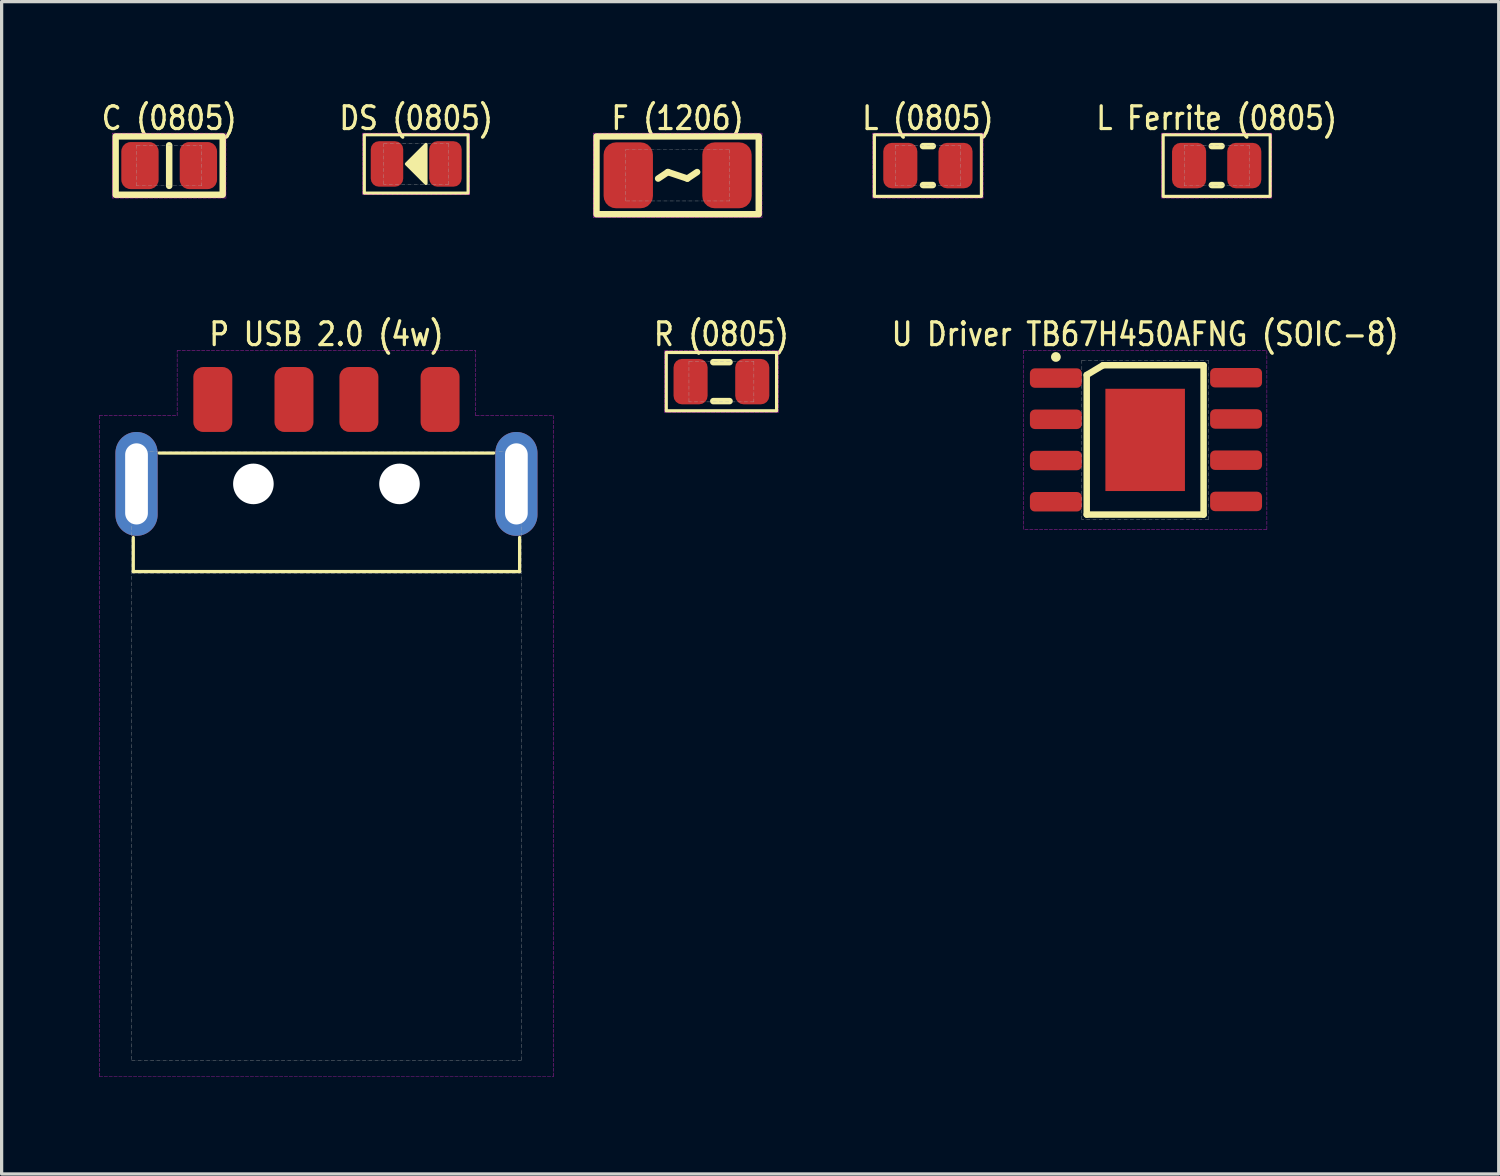
<source format=kicad_pcb>
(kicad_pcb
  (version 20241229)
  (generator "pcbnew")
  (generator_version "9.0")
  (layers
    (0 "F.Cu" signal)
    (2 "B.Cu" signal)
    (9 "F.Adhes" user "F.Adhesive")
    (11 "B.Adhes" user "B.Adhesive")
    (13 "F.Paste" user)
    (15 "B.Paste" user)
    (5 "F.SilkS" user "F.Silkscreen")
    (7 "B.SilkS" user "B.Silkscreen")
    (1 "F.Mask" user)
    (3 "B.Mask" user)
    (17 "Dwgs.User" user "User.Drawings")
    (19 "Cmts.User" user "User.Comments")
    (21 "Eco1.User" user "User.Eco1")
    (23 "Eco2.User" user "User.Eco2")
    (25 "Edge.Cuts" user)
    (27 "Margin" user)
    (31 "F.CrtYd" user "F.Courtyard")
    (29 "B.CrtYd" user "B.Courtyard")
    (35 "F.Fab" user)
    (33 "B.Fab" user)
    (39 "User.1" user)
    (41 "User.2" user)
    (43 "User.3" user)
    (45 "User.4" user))
  (footprint "F (1206)"
    (layer "F.Cu")
    (at 17.822 2.35)
    (property "Reference" "F (1206)" (at 0 -1.35 0) (unlocked yes) (layer "F.SilkS") (effects (font (size 0.7 0.6) (thickness 0.1)) (justify bottom)))
    (attr smd)
    (fp_line (start -0.6 0.1) (end -0.3 -0.1) (stroke (width 0.2) (type default)) (layer "F.SilkS"))
    (fp_line (start -0.3 -0.1) (end 0.3 0.1) (stroke (width 0.2) (type default)) (layer "F.SilkS"))
    (fp_line (start 0.3 0.1) (end 0.6 -0.1) (stroke (width 0.2) (type default)) (layer "F.SilkS"))
    (fp_rect (start -2.5 -1.2) (end 2.5 1.2) (stroke (width 0.2) (type default)) (fill no) (layer "F.SilkS"))
    (fp_rect (start -2.6 -1.3) (end 2.6 1.3) (stroke (width 0.01) (type dash)) (fill no) (layer "F.CrtYd"))
    (fp_rect (start -1.6 -0.79) (end 1.6 0.79) (stroke (width 0.01) (type dash_dot)) (fill no) (layer "F.Fab"))
    (pad "1" smd roundrect (at -1.52 0) (size 1.52 2.03) (layers "F.Cu" "F.Mask" "F.Paste") (roundrect_rratio 0.25))
    (pad "2" smd roundrect (at 1.52 0) (size 1.52 2.03) (layers "F.Cu" "F.Mask" "F.Paste") (roundrect_rratio 0.25)))
  (footprint "P USB 2.0 (4w)"
    (layer "F.Cu")
    (at 7.005 11.855)
    (property "Reference" "P USB 2.0 (4w)" (at 0 -4.2 0) (unlocked yes) (layer "F.SilkS") (effects (font (size 0.7 0.6) (thickness 0.1)) (justify bottom)))
    (attr smd)
    (fp_line (start -5.95 1.65) (end -5.95 2.7) (stroke (width 0.1) (type default)) (layer "F.SilkS"))
    (fp_line (start -5.95 2.7) (end 5.95 2.7) (stroke (width 0.1) (type default)) (layer "F.SilkS"))
    (fp_line (start -5.15 -0.95) (end 5.15 -0.95) (stroke (width 0.1) (type default)) (layer "F.SilkS"))
    (fp_line (start 5.95 1.65) (end 5.95 2.7) (stroke (width 0.1) (type default)) (layer "F.SilkS"))
    (fp_line (start -7 -2.1) (end -4.6 -2.1) (stroke (width 0.01) (type dash)) (layer "F.CrtYd"))
    (fp_line (start -7 18.25) (end -7 -2.1) (stroke (width 0.01) (type dash)) (layer "F.CrtYd"))
    (fp_line (start -7 18.25) (end 7 18.25) (stroke (width 0.01) (type dash)) (layer "F.CrtYd"))
    (fp_line (start -4.6 -4.1) (end 4.6 -4.1) (stroke (width 0.01) (type dash)) (layer "F.CrtYd"))
    (fp_line (start -4.6 -2.1) (end -4.6 -4.1) (stroke (width 0.01) (type dash)) (layer "F.CrtYd"))
    (fp_line (start 4.6 -2.1) (end 4.6 -4.1) (stroke (width 0.01) (type dash)) (layer "F.CrtYd"))
    (fp_line (start 4.6 -2.1) (end 7 -2.1) (stroke (width 0.01) (type dash)) (layer "F.CrtYd"))
    (fp_line (start 7 18.25) (end 7 -2.1) (stroke (width 0.01) (type dash)) (layer "F.CrtYd"))
    (fp_line (start -6 2.75) (end 6 2.75) (stroke (width 0.01) (type dash_dot)) (layer "F.Fab"))
    (fp_rect (start -6 17.75) (end 6 -1) (stroke (width 0.01) (type dash_dot)) (fill no) (layer "F.Fab"))
    (fp_text user "GND" (at -3.5 -1.5 0) (unlocked yes) (layer "User.7") (effects (font (size 0.13 0.07) (thickness 0.014) (bold yes)) (justify top)))
    (fp_text user "D-" (at 1 -1.5 0) (unlocked yes) (layer "User.7") (effects (font (size 0.13 0.07) (thickness 0.01)) (justify top)))
    (fp_text user "D+" (at -1 -1.5 0) (unlocked yes) (layer "User.7") (effects (font (size 0.13 0.07) (thickness 0.01)) (justify top)))
    (fp_text user "Vbus" (at 3.5 -1.5 0) (unlocked yes) (layer "User.7") (effects (font (size 0.13 0.07) (thickness 0.014) (bold yes)) (justify top)))
    (pad "" np_thru_hole circle (at -2.25 0) (size 1.25 1.25) (drill 1.25) (layers "*.Cu" "*.Mask"))
    (pad "" np_thru_hole circle (at 2.25 0) (size 1.25 1.25) (drill 1.25) (layers "*.Cu" "*.Mask"))
    (pad "1" smd roundrect (at 3.5 -2.6) (size 1.2 2) (layers "F.Cu" "F.Mask" "F.Paste") (roundrect_rratio 0.25))
    (pad "2" smd roundrect (at 1 -2.6) (size 1.2 2) (layers "F.Cu" "F.Mask" "F.Paste") (roundrect_rratio 0.25))
    (pad "3" smd roundrect (at -1 -2.6) (size 1.2 2) (layers "F.Cu" "F.Mask" "F.Paste") (roundrect_rratio 0.25))
    (pad "4" smd roundrect (at -3.5 -2.6) (size 1.2 2) (layers "F.Cu" "F.Mask" "F.Paste") (roundrect_rratio 0.25))
    (pad "5" thru_hole oval (at -5.85 0) (size 1.3 3.2) (drill oval 0.7 2.5) (layers "*.Cu" "*.Mask"))
    (pad "5" thru_hole oval (at 5.85 0) (size 1.3 3.2) (drill oval 0.7 2.5) (layers "*.Cu" "*.Mask")))
  (footprint "U Driver TB67H450AFNG (SOIC-8)"
    (layer "F.Cu")
    (at 32.223 10.5)
    (property "Reference" "U Driver TB67H450AFNG (SOIC-8)" (at 0 -2.845 0) (unlocked yes) (layer "F.SilkS") (effects (font (size 0.7 0.6) (thickness 0.1)) (justify bottom)))
    (attr smd)
    (fp_line (start -1.8 -2) (end -1.3 -2.3) (stroke (width 0.2) (type default)) (layer "F.SilkS"))
    (fp_line (start -1.8 2.3) (end -1.8 -2) (stroke (width 0.2) (type default)) (layer "F.SilkS"))
    (fp_line (start -1.3 -2.3) (end 1.8 -2.3) (stroke (width 0.2) (type default)) (layer "F.SilkS"))
    (fp_line (start 1.8 -2.3) (end 1.8 2.3) (stroke (width 0.2) (type default)) (layer "F.SilkS"))
    (fp_line (start 1.8 2.3) (end -1.8 2.3) (stroke (width 0.2) (type default)) (layer "F.SilkS"))
    (fp_circle (center -2.75 -2.555) (end -2.65 -2.555) (stroke (width 0.1) (type solid)) (fill yes) (layer "F.SilkS"))
    (fp_rect (start -3.75 -2.75) (end 3.75 2.75) (stroke (width 0.01) (type dash)) (fill no) (layer "F.CrtYd"))
    (fp_rect (start -1.95 -2.45) (end 1.95 2.45) (stroke (width 0.01) (type dash_dot)) (fill no) (layer "F.Fab"))
    (fp_text user "OUT1" (at 1.6 0.635 0) (unlocked yes) (layer "User.7") (effects (font (size 0.13 0.07) (thickness 0.01)) (justify right)))
    (fp_text user "Vref" (at -1.6 1.905 0) (unlocked yes) (layer "User.7") (effects (font (size 0.13 0.07) (thickness 0.01)) (justify left)))
    (fp_text user "RS" (at 1.6 -0.635 0) (unlocked yes) (layer "User.7") (effects (font (size 0.13 0.07) (thickness 0.01)) (justify right)))
    (fp_text user "IN1" (at -1.6 0.635 0) (unlocked yes) (layer "User.7") (effects (font (size 0.13 0.07) (thickness 0.01)) (justify left)))
    (fp_text user "GND" (at -1.6 -1.905 0) (unlocked yes) (layer "User.7") (effects (font (size 0.13 0.07) (thickness 0.014) (bold yes)) (justify left)))
    (fp_text user "VM" (at 1.6 1.905 0) (unlocked yes) (layer "User.7") (effects (font (size 0.13 0.07) (thickness 0.01)) (justify right)))
    (fp_text user "OUT2" (at 1.6 -1.905 0) (unlocked yes) (layer "User.7") (effects (font (size 0.13 0.07) (thickness 0.014) (bold yes)) (justify right)))
    (fp_text user "IN2" (at -1.6 -0.635 0) (unlocked yes) (layer "User.7") (effects (font (size 0.13 0.07) (thickness 0.01)) (justify left)))
    (pad "1" smd roundrect (at -2.75 -1.905) (size 1.6 0.6) (layers "F.Cu" "F.Mask" "F.Paste") (roundrect_rratio 0.25))
    (pad "2" smd roundrect (at -2.75 -0.635) (size 1.6 0.6) (layers "F.Cu" "F.Mask" "F.Paste") (roundrect_rratio 0.25))
    (pad "3" smd roundrect (at -2.75 0.635) (size 1.6 0.6) (layers "F.Cu" "F.Mask" "F.Paste") (roundrect_rratio 0.25))
    (pad "4" smd roundrect (at -2.75 1.905) (size 1.6 0.6) (layers "F.Cu" "F.Mask" "F.Paste") (roundrect_rratio 0.25))
    (pad "5" smd roundrect (at 2.8 1.895) (size 1.6 0.6) (layers "F.Cu" "F.Mask" "F.Paste") (roundrect_rratio 0.25))
    (pad "6" smd roundrect (at 2.8 0.625) (size 1.6 0.6) (layers "F.Cu" "F.Mask" "F.Paste") (roundrect_rratio 0.25))
    (pad "7" smd roundrect (at 2.8 -0.645) (size 1.6 0.6) (layers "F.Cu" "F.Mask" "F.Paste") (roundrect_rratio 0.25))
    (pad "8" smd roundrect (at 2.8 -1.915) (size 1.6 0.6) (layers "F.Cu" "F.Mask" "F.Paste") (roundrect_rratio 0.25))
    (pad "9" smd rect (at 0 0) (size 2.45 3.15) (layers "F.Cu" "F.Mask" "F.Paste")))
  (footprint "C (0805)"
    (layer "F.Cu")
    (at 2.161 2.05)
    (property "Reference" "C (0805)" (at 0 -1.05 0) (unlocked yes) (layer "F.SilkS") (effects (font (size 0.7 0.6) (thickness 0.1)) (justify bottom)))
    (attr smd)
    (fp_line (start 0 -0.625) (end 0 0.625) (stroke (width 0.2) (type default)) (layer "F.SilkS"))
    (fp_rect (start -1.65 -0.9) (end 1.65 0.9) (stroke (width 0.2) (type default)) (fill no) (layer "F.SilkS"))
    (fp_rect (start -1.75 -1) (end 1.75 1) (stroke (width 0.01) (type dash)) (fill no) (layer "F.CrtYd"))
    (fp_rect (start -1 -0.625) (end 1 0.625) (stroke (width 0.01) (type dash_dot)) (fill no) (layer "F.Fab"))
    (pad "1" smd roundrect (at -0.9 0) (size 1.15 1.45) (layers "F.Cu" "F.Mask" "F.Paste") (roundrect_rratio 0.25))
    (pad "2" smd roundrect (at 0.9 0) (size 1.15 1.45) (layers "F.Cu" "F.Mask" "F.Paste") (roundrect_rratio 0.25)))
  (footprint "DS (0805)"
    (layer "F.Cu")
    (at 9.77 2)
    (property "Reference" "DS (0805)" (at 0 -1 0) (unlocked yes) (layer "F.SilkS") (effects (font (size 0.7 0.6) (thickness 0.1)) (justify bottom)))
    (attr smd)
    (fp_rect (start -1.6 -0.9) (end 1.6 0.9) (stroke (width 0.1) (type default)) (fill no) (layer "F.SilkS"))
    (fp_poly (pts (xy -0.3 0) (xy 0.3 -0.6) (xy 0.3 0.6)) (stroke (width 0.1) (type solid)) (fill yes) (layer "F.SilkS"))
    (fp_rect (start -1.65 -0.95) (end 1.65 0.95) (stroke (width 0.01) (type dash)) (fill no) (layer "F.CrtYd"))
    (fp_rect (start -1 -0.625) (end 1 0.625) (stroke (width 0.01) (type dash_dot)) (fill no) (layer "F.Fab"))
    (pad "1" smd roundrect (at -0.9 0) (size 1 1.4) (layers "F.Cu" "F.Mask" "F.Paste") (roundrect_rratio 0.25))
    (pad "2" smd roundrect (at 0.9 0) (size 1 1.4) (layers "F.Cu" "F.Mask" "F.Paste") (roundrect_rratio 0.25)))
  (footprint "L Ferrite (0805)"
    (layer "F.Cu")
    (at 34.426 2.05)
    (property "Reference" "L Ferrite (0805)" (at 0 -1.05 0) (unlocked yes) (layer "F.SilkS") (effects (font (size 0.7 0.6) (thickness 0.1)) (justify bottom)))
    (attr smd)
    (fp_line (start -0.15 -0.6) (end 0.15 -0.6) (stroke (width 0.2) (type default)) (layer "F.SilkS"))
    (fp_line (start -0.15 0.6) (end 0.15 0.6) (stroke (width 0.2) (type default)) (layer "F.SilkS"))
    (fp_rect (start -1.65 -0.95) (end 1.65 0.95) (stroke (width 0.1) (type default)) (fill no) (layer "F.SilkS"))
    (fp_rect (start -1.7 -1) (end 1.7 1) (stroke (width 0.01) (type dash)) (fill no) (layer "F.CrtYd"))
    (fp_rect (start -1 -0.625) (end 1 0.625) (stroke (width 0.01) (type dash_dot)) (fill no) (layer "F.Fab"))
    (pad "1" smd roundrect (at -0.85 0) (size 1.05 1.4) (layers "F.Cu" "F.Mask" "F.Paste") (roundrect_rratio 0.25))
    (pad "2" smd roundrect (at 0.85 0) (size 1.05 1.4) (layers "F.Cu" "F.Mask" "F.Paste") (roundrect_rratio 0.25)))
  (footprint "R (0805)"
    (layer "F.Cu")
    (at 19.171 8.705)
    (property "Reference" "R (0805)" (at 0 -1.05 0) (unlocked yes) (layer "F.SilkS") (effects (font (size 0.7 0.6) (thickness 0.1)) (justify bottom)))
    (attr smd)
    (fp_line (start -0.25 -0.6) (end 0.25 -0.6) (stroke (width 0.2) (type default)) (layer "F.SilkS"))
    (fp_line (start -0.25 0.6) (end 0.25 0.6) (stroke (width 0.2) (type default)) (layer "F.SilkS"))
    (fp_rect (start -1.7 -0.9) (end 1.7 0.9) (stroke (width 0.1) (type default)) (fill no) (layer "F.SilkS"))
    (fp_rect (start -1.75 -0.95) (end 1.75 0.95) (stroke (width 0.01) (type dash)) (fill no) (layer "F.CrtYd"))
    (fp_rect (start -1 -0.625) (end 1 0.625) (stroke (width 0.01) (type dash_dot)) (fill no) (layer "F.Fab"))
    (pad "1" smd roundrect (at -0.95 0) (size 1.05 1.4) (layers "F.Cu" "F.Mask" "F.Paste") (roundrect_rratio 0.25))
    (pad "2" smd roundrect (at 0.95 0) (size 1.05 1.4) (layers "F.Cu" "F.Mask" "F.Paste") (roundrect_rratio 0.25)))
  (footprint "L (0805)"
    (layer "F.Cu")
    (at 25.531 2.05)
    (property "Reference" "L (0805)" (at 0 -1.05 0) (unlocked yes) (layer "F.SilkS") (effects (font (size 0.7 0.6) (thickness 0.1)) (justify bottom)))
    (attr smd)
    (fp_line (start -0.15 -0.6) (end 0.15 -0.6) (stroke (width 0.2) (type default)) (layer "F.SilkS"))
    (fp_line (start -0.15 0.6) (end 0.15 0.6) (stroke (width 0.2) (type default)) (layer "F.SilkS"))
    (fp_rect (start -1.65 -0.95) (end 1.65 0.95) (stroke (width 0.1) (type default)) (fill no) (layer "F.SilkS"))
    (fp_rect (start -1.7 -1) (end 1.7 1) (stroke (width 0.01) (type dash)) (fill no) (layer "F.CrtYd"))
    (fp_rect (start -1 -0.625) (end 1 0.625) (stroke (width 0.01) (type dash_dot)) (fill no) (layer "F.Fab"))
    (pad "1" smd roundrect (at -0.85 0) (size 1.05 1.4) (layers "F.Cu" "F.Mask" "F.Paste") (roundrect_rratio 0.25))
    (pad "2" smd roundrect (at 0.85 0) (size 1.05 1.4) (layers "F.Cu" "F.Mask" "F.Paste") (roundrect_rratio 0.25)))
  (gr_rect
    (start -3 -3)
    (end 43.113 33.11)
    (stroke (width 0.1) (type default))
    (fill no)
    (layer "Edge.Cuts")))
</source>
